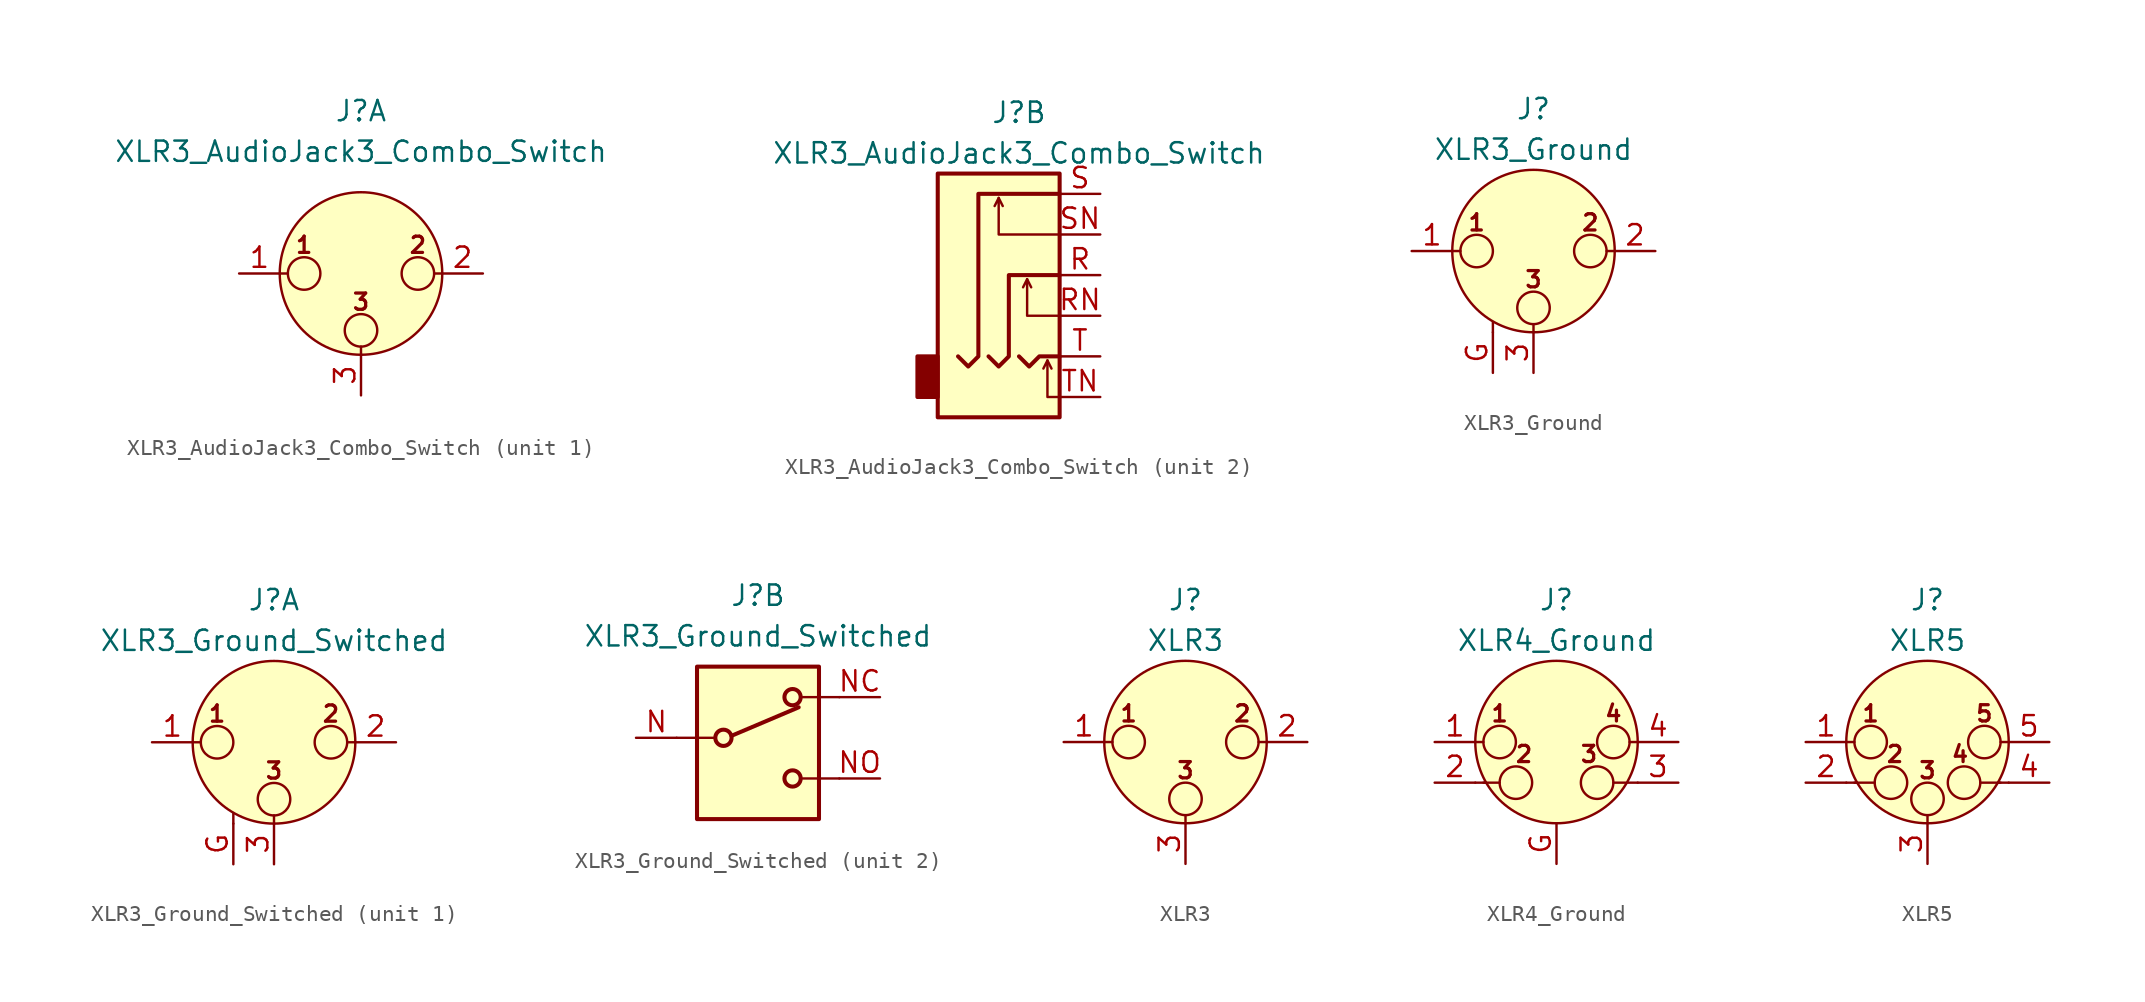
<source format=kicad_sym>
(kicad_symbol_lib
  (version 20220914)
  (generator kicad_symbol_editor)
  (symbol "XLR3_AudioJack3_Combo_Switch"
    (pin_names hide)
    (property "Reference" "J"
      (at 0 10.16 0)
      (effects (font (size 1.27 1.27))))
    (property "Value" "XLR3_AudioJack3_Combo_Switch"
      (at 0 7.62 0)
      (effects (font (size 1.27 1.27))))
    (symbol "XLR3_AudioJack3_Combo_Switch_1_1"
      (circle (center -3.556 0) (radius 1.016) (stroke (width 0) (type default)) (fill (type none)))
      (circle (center 0 -3.556) (radius 1.016) (stroke (width 0) (type default)) (fill (type none)))
      (polyline (pts (xy -5.08 0) (xy -4.572 0)) (stroke (width 0) (type default)) (fill (type none)))
      (polyline (pts (xy 0 -5.08) (xy 0 -4.572)) (stroke (width 0) (type default)) (fill (type none)))
      (polyline (pts (xy 5.08 0) (xy 4.572 0)) (stroke (width 0) (type default)) (fill (type none)))
      (circle (center 0 0) (radius 5.08) (stroke (width 0) (type default)) (fill (type background)))
      (circle (center 3.556 0) (radius 1.016) (stroke (width 0) (type default)) (fill (type none)))
      (text "1" (at -3.556 1.778 0) (effects (font (size 1.016 1.016) bold)))
      (text "2" (at 3.556 1.778 0) (effects (font (size 1.016 1.016) bold)))
      (text "3" (at 0 -1.778 0) (effects (font (size 1.016 1.016) bold)))
      (pin passive line (at -7.62 0 0) (length 2.54) (name "~" (effects (font (size 1.27 1.27)))) (number "1" (effects (font (size 1.27 1.27)))))
      (pin passive line (at 7.62 0 180) (length 2.54) (name "~" (effects (font (size 1.27 1.27)))) (number "2" (effects (font (size 1.27 1.27)))))
      (pin passive line (at 0 -7.62 90) (length 2.54) (name "~" (effects (font (size 1.27 1.27)))) (number "3" (effects (font (size 1.27 1.27))))))
    (symbol "XLR3_AudioJack3_Combo_Switch_2_1"
      (rectangle (start -5.08 -5.08) (end -6.35 -7.62) (stroke (width 0.254) (type default)) (fill (type outline)))
      (polyline (pts (xy -1.27 4.826) (xy -1.016 4.318)) (stroke (width 0) (type default)) (fill (type none)))
      (polyline (pts (xy 0.508 -0.254) (xy 0.762 -0.762)) (stroke (width 0) (type default)) (fill (type none)))
      (polyline (pts (xy 1.778 -5.334) (xy 2.032 -5.842)) (stroke (width 0) (type default)) (fill (type none)))
      (polyline (pts (xy 0 -5.08) (xy 0.635 -5.715) (xy 1.27 -5.08) (xy 2.54 -5.08)) (stroke (width 0.254) (type default)) (fill (type none)))
      (polyline (pts (xy 2.54 -7.62) (xy 1.778 -7.62) (xy 1.778 -5.334) (xy 1.524 -5.842)) (stroke (width 0) (type default)) (fill (type none)))
      (polyline (pts (xy 2.54 -2.54) (xy 0.508 -2.54) (xy 0.508 -0.254) (xy 0.254 -0.762)) (stroke (width 0) (type default)) (fill (type none)))
      (polyline (pts (xy 2.54 2.54) (xy -1.27 2.54) (xy -1.27 4.826) (xy -1.524 4.318)) (stroke (width 0) (type default)) (fill (type none)))
      (polyline (pts (xy -1.905 -5.08) (xy -1.27 -5.715) (xy -0.635 -5.08) (xy -0.635 0) (xy 2.54 0)) (stroke (width 0.254) (type default)) (fill (type none)))
      (polyline (pts (xy 2.54 5.08) (xy -2.54 5.08) (xy -2.54 -5.08) (xy -3.175 -5.715) (xy -3.81 -5.08)) (stroke (width 0.254) (type default)) (fill (type none)))
      (rectangle (start 2.54 6.35) (end -5.08 -8.89) (stroke (width 0.254) (type default)) (fill (type background)))
      (pin passive line (at 5.08 0 180) (length 2.54) (name "~" (effects (font (size 1.27 1.27)))) (number "R" (effects (font (size 1.27 1.27)))))
      (pin passive line (at 5.08 -2.54 180) (length 2.54) (name "~" (effects (font (size 1.27 1.27)))) (number "RN" (effects (font (size 1.27 1.27)))))
      (pin passive line (at 5.08 5.08 180) (length 2.54) (name "~" (effects (font (size 1.27 1.27)))) (number "S" (effects (font (size 1.27 1.27)))))
      (pin passive line (at 5.08 2.54 180) (length 2.54) (name "~" (effects (font (size 1.27 1.27)))) (number "SN" (effects (font (size 1.27 1.27)))))
      (pin passive line (at 5.08 -5.08 180) (length 2.54) (name "~" (effects (font (size 1.27 1.27)))) (number "T" (effects (font (size 1.27 1.27)))))
      (pin passive line (at 5.08 -7.62 180) (length 2.54) (name "~" (effects (font (size 1.27 1.27)))) (number "TN" (effects (font (size 1.27 1.27)))))))
  (symbol "XLR3_Ground"
    (pin_names hide)
    (property "Reference" "J"
      (at 0 8.89 0)
      (effects (font (size 1.27 1.27))))
    (property "Value" "XLR3_Ground"
      (at 0 6.35 0)
      (effects (font (size 1.27 1.27))))
    (symbol "XLR3_Ground_0_1"
      (circle (center -3.556 0) (radius 1.016) (stroke (width 0) (type default)) (fill (type none)))
      (circle (center 0 -3.556) (radius 1.016) (stroke (width 0) (type default)) (fill (type none)))
      (polyline (pts (xy -5.08 0) (xy -4.572 0)) (stroke (width 0) (type default)) (fill (type none)))
      (polyline (pts (xy -2.54 -5.08) (xy -2.54 -4.445)) (stroke (width 0) (type default)) (fill (type none)))
      (polyline (pts (xy 0 -5.08) (xy 0 -4.572)) (stroke (width 0) (type default)) (fill (type none)))
      (polyline (pts (xy 5.08 0) (xy 4.572 0)) (stroke (width 0) (type default)) (fill (type none)))
      (circle (center 0 0) (radius 5.08) (stroke (width 0) (type default)) (fill (type background)))
      (circle (center 3.556 0) (radius 1.016) (stroke (width 0) (type default)) (fill (type none)))
      (text "1" (at -3.556 1.778 0) (effects (font (size 1.016 1.016) bold)))
      (text "2" (at 3.556 1.778 0) (effects (font (size 1.016 1.016) bold)))
      (text "3" (at 0 -1.778 0) (effects (font (size 1.016 1.016) bold)))
      (pin passive line (at -7.62 0 0) (length 2.54) (name "~" (effects (font (size 1.27 1.27)))) (number "1" (effects (font (size 1.27 1.27)))))
      (pin passive line (at 7.62 0 180) (length 2.54) (name "~" (effects (font (size 1.27 1.27)))) (number "2" (effects (font (size 1.27 1.27)))))
      (pin passive line (at 0 -7.62 90) (length 2.54) (name "~" (effects (font (size 1.27 1.27)))) (number "3" (effects (font (size 1.27 1.27))))))
    (symbol "XLR3_Ground_1_1"
      (pin passive line (at -2.54 -7.62 90) (length 2.54) (name "~" (effects (font (size 1.27 1.27)))) (number "G" (effects (font (size 1.27 1.27)))))))
  (symbol "XLR3_Ground_Switched"
    (pin_names hide)
    (property "Reference" "J"
      (at 0 8.89 0)
      (effects (font (size 1.27 1.27))))
    (property "Value" "XLR3_Ground_Switched"
      (at 0 6.35 0)
      (effects (font (size 1.27 1.27))))
    (symbol "XLR3_Ground_Switched_1_1"
      (circle (center -3.556 0) (radius 1.016) (stroke (width 0) (type default)) (fill (type none)))
      (circle (center 0 -3.556) (radius 1.016) (stroke (width 0) (type default)) (fill (type none)))
      (polyline (pts (xy -5.08 0) (xy -4.572 0)) (stroke (width 0) (type default)) (fill (type none)))
      (polyline (pts (xy -2.54 -5.08) (xy -2.54 -4.445)) (stroke (width 0) (type default)) (fill (type none)))
      (polyline (pts (xy 0 -5.08) (xy 0 -4.572)) (stroke (width 0) (type default)) (fill (type none)))
      (polyline (pts (xy 5.08 0) (xy 4.572 0)) (stroke (width 0) (type default)) (fill (type none)))
      (circle (center 0 0) (radius 5.08) (stroke (width 0) (type default)) (fill (type background)))
      (circle (center 3.556 0) (radius 1.016) (stroke (width 0) (type default)) (fill (type none)))
      (text "1" (at -3.556 1.778 0) (effects (font (size 1.016 1.016) bold)))
      (text "2" (at 3.556 1.778 0) (effects (font (size 1.016 1.016) bold)))
      (text "3" (at 0 -1.778 0) (effects (font (size 1.016 1.016) bold)))
      (pin passive line (at -7.62 0 0) (length 2.54) (name "~" (effects (font (size 1.27 1.27)))) (number "1" (effects (font (size 1.27 1.27)))))
      (pin passive line (at 7.62 0 180) (length 2.54) (name "~" (effects (font (size 1.27 1.27)))) (number "2" (effects (font (size 1.27 1.27)))))
      (pin passive line (at 0 -7.62 90) (length 2.54) (name "~" (effects (font (size 1.27 1.27)))) (number "3" (effects (font (size 1.27 1.27)))))
      (pin passive line (at -2.54 -7.62 90) (length 2.54) (name "~" (effects (font (size 1.27 1.27)))) (number "G" (effects (font (size 1.27 1.27))))))
    (symbol "XLR3_Ground_Switched_2_1"
      (rectangle (start -3.81 4.445) (end 3.81 -5.08) (stroke (width 0.254) (type default)) (fill (type background)))
      (circle (center -2.159 0) (radius 0.508) (stroke (width 0.254) (type default)) (fill (type none)))
      (polyline (pts (xy -5.08 0) (xy -2.794 0)) (stroke (width 0) (type default)) (fill (type none)))
      (polyline (pts (xy -1.651 0.127) (xy 2.54 1.905)) (stroke (width 0.254) (type default)) (fill (type none)))
      (polyline (pts (xy 5.08 -2.54) (xy 2.794 -2.54)) (stroke (width 0) (type default)) (fill (type none)))
      (polyline (pts (xy 5.08 2.54) (xy 2.794 2.54)) (stroke (width 0) (type default)) (fill (type none)))
      (circle (center 2.159 -2.54) (radius 0.508) (stroke (width 0.254) (type default)) (fill (type none)))
      (circle (center 2.159 2.54) (radius 0.508) (stroke (width 0.254) (type default)) (fill (type none)))
      (pin passive line (at -7.62 0 0) (length 2.54) (name "~" (effects (font (size 1.27 1.27)))) (number "N" (effects (font (size 1.27 1.27)))))
      (pin passive line (at 7.62 2.54 180) (length 2.54) (name "~" (effects (font (size 1.27 1.27)))) (number "NC" (effects (font (size 1.27 1.27)))))
      (pin passive line (at 7.62 -2.54 180) (length 2.54) (name "~" (effects (font (size 1.27 1.27)))) (number "NO" (effects (font (size 1.27 1.27)))))))
  (symbol "XLR3"
    (pin_names hide)
    (property "Reference" "J"
      (at 0 8.89 0)
      (effects (font (size 1.27 1.27))))
    (property "Value" "XLR3"
      (at 0 6.35 0)
      (effects (font (size 1.27 1.27))))
    (symbol "XLR3_0_1"
      (circle (center -3.556 0) (radius 1.016) (stroke (width 0) (type default)) (fill (type none)))
      (circle (center 0 -3.556) (radius 1.016) (stroke (width 0) (type default)) (fill (type none)))
      (polyline (pts (xy -5.08 0) (xy -4.572 0)) (stroke (width 0) (type default)) (fill (type none)))
      (polyline (pts (xy 0 -5.08) (xy 0 -4.572)) (stroke (width 0) (type default)) (fill (type none)))
      (polyline (pts (xy 5.08 0) (xy 4.572 0)) (stroke (width 0) (type default)) (fill (type none)))
      (circle (center 0 0) (radius 5.08) (stroke (width 0) (type default)) (fill (type background)))
      (circle (center 3.556 0) (radius 1.016) (stroke (width 0) (type default)) (fill (type none)))
      (text "1" (at -3.556 1.778 0) (effects (font (size 1.016 1.016) bold)))
      (text "2" (at 3.556 1.778 0) (effects (font (size 1.016 1.016) bold)))
      (text "3" (at 0 -1.778 0) (effects (font (size 1.016 1.016) bold)))
      (pin passive line (at -7.62 0 0) (length 2.54) (name "~" (effects (font (size 1.27 1.27)))) (number "1" (effects (font (size 1.27 1.27)))))
      (pin passive line (at 7.62 0 180) (length 2.54) (name "~" (effects (font (size 1.27 1.27)))) (number "2" (effects (font (size 1.27 1.27)))))
      (pin passive line (at 0 -7.62 90) (length 2.54) (name "~" (effects (font (size 1.27 1.27)))) (number "3" (effects (font (size 1.27 1.27)))))))
  (symbol "XLR4_Ground"
    (pin_names hide)
    (property "Reference" "J"
      (at 0 8.89 0)
      (effects (font (size 1.27 1.27))))
    (property "Value" "XLR4_Ground"
      (at 0 6.35 0)
      (effects (font (size 1.27 1.27))))
    (symbol "XLR4_Ground_0_1"
      (circle (center -3.556 0) (radius 1.016) (stroke (width 0) (type default)) (fill (type none)))
      (circle (center -2.54 -2.54) (radius 1.016) (stroke (width 0) (type default)) (fill (type none)))
      (polyline (pts (xy -5.08 -2.54) (xy -4.445 -2.54)) (stroke (width 0) (type default)) (fill (type none)))
      (polyline (pts (xy -5.08 0) (xy -4.572 0)) (stroke (width 0) (type default)) (fill (type none)))
      (polyline (pts (xy -4.572 -2.54) (xy -3.556 -2.54)) (stroke (width 0) (type default)) (fill (type none)))
      (polyline (pts (xy 4.318 -2.54) (xy 3.556 -2.54)) (stroke (width 0) (type default)) (fill (type none)))
      (polyline (pts (xy 5.08 -2.54) (xy 4.445 -2.54)) (stroke (width 0) (type default)) (fill (type none)))
      (polyline (pts (xy 5.08 0) (xy 4.572 0)) (stroke (width 0) (type default)) (fill (type none)))
      (circle (center 0 0) (radius 5.08) (stroke (width 0) (type default)) (fill (type background)))
      (circle (center 2.54 -2.54) (radius 1.016) (stroke (width 0) (type default)) (fill (type none)))
      (circle (center 3.556 0) (radius 1.016) (stroke (width 0) (type default)) (fill (type none)))
      (text "1" (at -3.556 1.778 0) (effects (font (size 1.016 1.016) bold)))
      (text "2" (at -2.032 -0.762 0) (effects (font (size 1.016 1.016) bold)))
      (text "3" (at 2.032 -0.762 0) (effects (font (size 1.016 1.016) bold)))
      (text "4" (at 3.556 1.778 0) (effects (font (size 1.016 1.016) bold))))
    (symbol "XLR4_Ground_1_1"
      (pin passive line (at -7.62 0 0) (length 2.54) (name "~" (effects (font (size 1.27 1.27)))) (number "1" (effects (font (size 1.27 1.27)))))
      (pin passive line (at -7.62 -2.54 0) (length 2.54) (name "~" (effects (font (size 1.27 1.27)))) (number "2" (effects (font (size 1.27 1.27)))))
      (pin passive line (at 7.62 -2.54 180) (length 2.54) (name "~" (effects (font (size 1.27 1.27)))) (number "3" (effects (font (size 1.27 1.27)))))
      (pin passive line (at 7.62 0 180) (length 2.54) (name "~" (effects (font (size 1.27 1.27)))) (number "4" (effects (font (size 1.27 1.27)))))
      (pin passive line (at 0 -7.62 90) (length 2.54) (name "~" (effects (font (size 1.27 1.27)))) (number "G" (effects (font (size 1.27 1.27)))))))
  (symbol "XLR5"
    (pin_names hide)
    (property "Reference" "J"
      (at 0 8.89 0)
      (effects (font (size 1.27 1.27))))
    (property "Value" "XLR5"
      (at 0 6.35 0)
      (effects (font (size 1.27 1.27))))
    (symbol "XLR5_0_1"
      (circle (center -3.556 0) (radius 1.016) (stroke (width 0) (type default)) (fill (type none)))
      (circle (center -2.286 -2.54) (radius 1.016) (stroke (width 0) (type default)) (fill (type none)))
      (circle (center 0 -3.556) (radius 1.016) (stroke (width 0) (type default)) (fill (type none)))
      (polyline (pts (xy -5.08 -2.54) (xy -4.445 -2.54)) (stroke (width 0) (type default)) (fill (type none)))
      (polyline (pts (xy -5.08 0) (xy -4.572 0)) (stroke (width 0) (type default)) (fill (type none)))
      (polyline (pts (xy -4.572 -2.54) (xy -3.302 -2.54)) (stroke (width 0) (type default)) (fill (type none)))
      (polyline (pts (xy 0 -5.08) (xy 0 -4.572)) (stroke (width 0) (type default)) (fill (type none)))
      (polyline (pts (xy 4.572 -2.54) (xy 3.302 -2.54)) (stroke (width 0) (type default)) (fill (type none)))
      (polyline (pts (xy 5.08 -2.54) (xy 4.445 -2.54)) (stroke (width 0) (type default)) (fill (type none)))
      (polyline (pts (xy 5.08 0) (xy 4.572 0)) (stroke (width 0) (type default)) (fill (type none)))
      (circle (center 0 0) (radius 5.08) (stroke (width 0) (type default)) (fill (type background)))
      (circle (center 2.286 -2.54) (radius 1.016) (stroke (width 0) (type default)) (fill (type none)))
      (circle (center 3.556 0) (radius 1.016) (stroke (width 0) (type default)) (fill (type none)))
      (text "1" (at -3.556 1.778 0) (effects (font (size 1.016 1.016) bold)))
      (text "2" (at -2.032 -0.762 0) (effects (font (size 1.016 1.016) bold)))
      (text "3" (at 0 -1.778 0) (effects (font (size 1.016 1.016) bold)))
      (text "4" (at 2.032 -0.762 0) (effects (font (size 1.016 1.016) bold)))
      (text "5" (at 3.556 1.778 0) (effects (font (size 1.016 1.016) bold))))
    (symbol "XLR5_1_1"
      (pin passive line (at -7.62 0 0) (length 2.54) (name "P1" (effects (font (size 1.27 1.27)))) (number "1" (effects (font (size 1.27 1.27)))))
      (pin passive line (at -7.62 -2.54 0) (length 2.54) (name "P2" (effects (font (size 1.27 1.27)))) (number "2" (effects (font (size 1.27 1.27)))))
      (pin passive line (at 0 -7.62 90) (length 2.54) (name "P3" (effects (font (size 1.27 1.27)))) (number "3" (effects (font (size 1.27 1.27)))))
      (pin passive line (at 7.62 -2.54 180) (length 2.54) (name "P3" (effects (font (size 1.27 1.27)))) (number "4" (effects (font (size 1.27 1.27)))))
      (pin passive line (at 7.62 0 180) (length 2.54) (name "P5" (effects (font (size 1.27 1.27)))) (number "5" (effects (font (size 1.27 1.27))))))))
</source>
